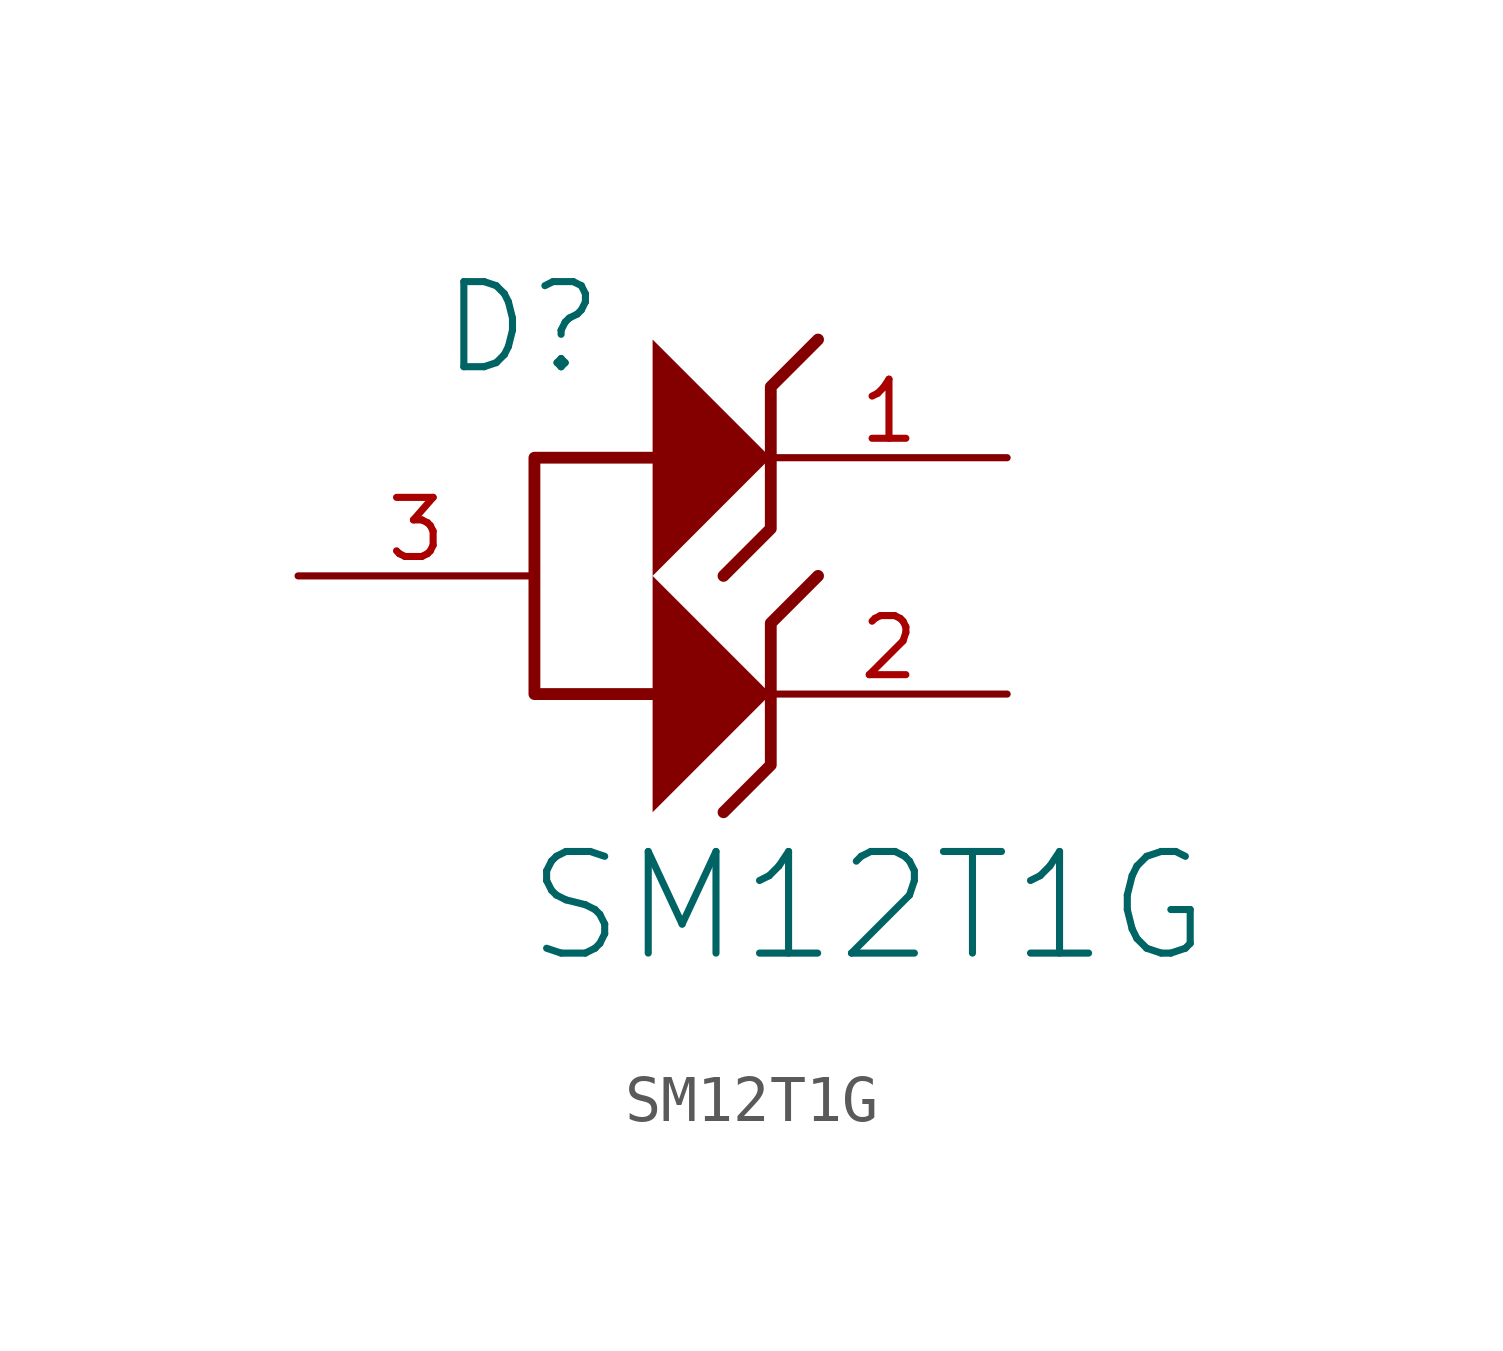
<source format=kicad_sym>
(kicad_symbol_lib
  (version 20231120)
  (generator "kicad_symbol_editor")
  (generator_version "8.0")
  (symbol "SM12T1G"
    (property "Reference" "D"
      (at -0.254 0.254 0)
      (effects (font (size 1.829 1.829))))
    (property "Value" "SM12T1G"
      (at -0.254 -13.462 0)
      (effects (font (size 2.184 2.184)) (justify left bottom)))
    (symbol "SM12T1G_1_0"
      (polyline (pts (xy 2.54 -10.16) (xy 5.08 -7.62) (xy 2.54 -5.08) (xy 2.54 -10.16)) (stroke (width -0.0001) (type solid)) (fill (type outline)))
      (polyline (pts (xy 2.54 -5.08) (xy 5.08 -2.54) (xy 2.54 0) (xy 2.54 -5.08)) (stroke (width -0.0001) (type solid)) (fill (type outline)))
      (polyline (pts (xy 2.54 -2.54) (xy 0 -2.54) (xy 0 -7.62) (xy 2.54 -7.62)) (stroke (width 0.254) (type solid)) (fill (type none)))
      (polyline (pts (xy 4.064 -10.16) (xy 5.08 -9.144) (xy 5.08 -6.096) (xy 6.096 -5.08)) (stroke (width 0.254) (type solid)) (fill (type none)))
      (polyline (pts (xy 4.064 -5.08) (xy 5.08 -4.064) (xy 5.08 -1.016) (xy 6.096 0)) (stroke (width 0.254) (type solid)) (fill (type none)))
      (pin passive line (at 10.16 -2.54 180) (length 5.08) (name "K1" (effects (font (size 0 0)))) (number "1" (effects (font (size 1.27 1.27)))))
      (pin passive line (at 10.16 -7.62 180) (length 5.08) (name "K2" (effects (font (size 0 0)))) (number "2" (effects (font (size 1.27 1.27)))))
      (pin passive line (at -5.08 -5.08 0) (length 5.08) (name "A" (effects (font (size 0 0)))) (number "3" (effects (font (size 1.27 1.27))))))))
</source>
